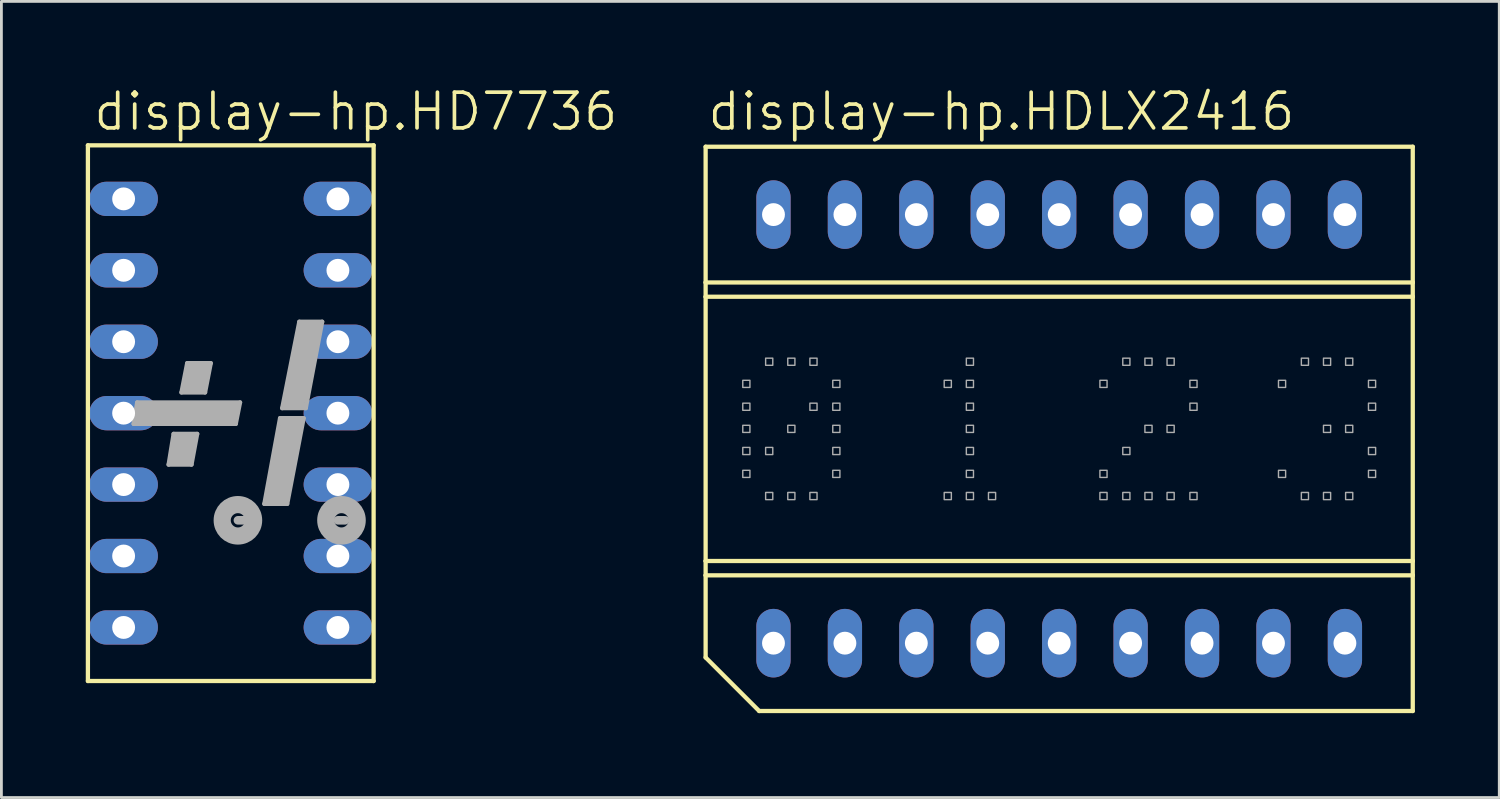
<source format=kicad_pcb>
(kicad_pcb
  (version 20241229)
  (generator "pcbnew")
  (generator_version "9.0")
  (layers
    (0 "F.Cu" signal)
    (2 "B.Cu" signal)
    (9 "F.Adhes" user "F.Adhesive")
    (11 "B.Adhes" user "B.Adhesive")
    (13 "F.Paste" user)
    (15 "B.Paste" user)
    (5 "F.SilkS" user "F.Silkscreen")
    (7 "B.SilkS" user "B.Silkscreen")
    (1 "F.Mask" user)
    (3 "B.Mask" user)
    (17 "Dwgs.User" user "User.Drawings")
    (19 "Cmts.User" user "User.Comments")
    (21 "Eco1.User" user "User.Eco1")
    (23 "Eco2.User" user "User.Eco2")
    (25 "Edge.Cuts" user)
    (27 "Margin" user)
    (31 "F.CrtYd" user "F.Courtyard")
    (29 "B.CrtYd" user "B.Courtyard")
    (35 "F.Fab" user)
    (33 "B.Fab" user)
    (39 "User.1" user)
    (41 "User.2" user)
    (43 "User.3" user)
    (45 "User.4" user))
  (footprint "display-hp.HDLX2416"
    (layer "F.Cu")
    (at 34.615 12.201)
    (property "Reference" "display-hp.HDLX2416" (at -12.573 -10.541 0) (layer "F.SilkS") (effects (font (size 1.27 1.27) (thickness 0.13)) (justify left bottom)))
    (attr through_hole)
    (fp_line (start -12.573 -5.207) (end -12.573 -10.033) (stroke (width 0.152) (type default)) (layer "F.SilkS"))
    (fp_line (start -12.573 -5.207) (end 12.573 -5.207) (stroke (width 0.152) (type default)) (layer "F.SilkS"))
    (fp_line (start -12.573 -4.699) (end -12.573 -5.207) (stroke (width 0.152) (type default)) (layer "F.SilkS"))
    (fp_line (start -12.573 -4.699) (end 12.573 -4.699) (stroke (width 0.152) (type default)) (layer "F.SilkS"))
    (fp_line (start -12.573 4.699) (end -12.573 -4.699) (stroke (width 0.152) (type default)) (layer "F.SilkS"))
    (fp_line (start -12.573 4.699) (end 12.573 4.699) (stroke (width 0.152) (type default)) (layer "F.SilkS"))
    (fp_line (start -12.573 5.207) (end -12.573 4.699) (stroke (width 0.152) (type default)) (layer "F.SilkS"))
    (fp_line (start -12.573 5.207) (end 12.573 5.207) (stroke (width 0.152) (type default)) (layer "F.SilkS"))
    (fp_line (start -12.573 8.128) (end -12.573 5.207) (stroke (width 0.152) (type default)) (layer "F.SilkS"))
    (fp_line (start -12.573 8.128) (end -10.668 10.033) (stroke (width 0.152) (type default)) (layer "F.SilkS"))
    (fp_line (start 12.573 -10.033) (end -12.573 -10.033) (stroke (width 0.152) (type default)) (layer "F.SilkS"))
    (fp_line (start 12.573 -5.207) (end 12.573 -10.033) (stroke (width 0.152) (type default)) (layer "F.SilkS"))
    (fp_line (start 12.573 -4.699) (end 12.573 -5.207) (stroke (width 0.152) (type default)) (layer "F.SilkS"))
    (fp_line (start 12.573 4.699) (end 12.573 -4.699) (stroke (width 0.152) (type default)) (layer "F.SilkS"))
    (fp_line (start 12.573 5.207) (end 12.573 4.699) (stroke (width 0.152) (type default)) (layer "F.SilkS"))
    (fp_line (start 12.573 10.033) (end -10.668 10.033) (stroke (width 0.152) (type default)) (layer "F.SilkS"))
    (fp_line (start 12.573 10.033) (end 12.573 5.207) (stroke (width 0.152) (type default)) (layer "F.SilkS"))
    (fp_rect (start -11.252 -1.473) (end -10.998 -1.727) (stroke (width 0.05) (type default)) (fill no) (layer "F.Fab"))
    (fp_rect (start -11.252 -0.66) (end -10.998 -0.914) (stroke (width 0.05) (type default)) (fill no) (layer "F.Fab"))
    (fp_rect (start -11.252 0.127) (end -10.998 -0.127) (stroke (width 0.05) (type default)) (fill no) (layer "F.Fab"))
    (fp_rect (start -11.252 0.914) (end -10.998 0.66) (stroke (width 0.05) (type default)) (fill no) (layer "F.Fab"))
    (fp_rect (start -11.252 1.727) (end -10.998 1.473) (stroke (width 0.05) (type default)) (fill no) (layer "F.Fab"))
    (fp_rect (start -10.439 -2.261) (end -10.185 -2.515) (stroke (width 0.05) (type default)) (fill no) (layer "F.Fab"))
    (fp_rect (start -10.439 0.914) (end -10.185 0.66) (stroke (width 0.05) (type default)) (fill no) (layer "F.Fab"))
    (fp_rect (start -10.439 2.515) (end -10.185 2.261) (stroke (width 0.05) (type default)) (fill no) (layer "F.Fab"))
    (fp_rect (start -9.652 -2.261) (end -9.398 -2.515) (stroke (width 0.05) (type default)) (fill no) (layer "F.Fab"))
    (fp_rect (start -9.652 0.127) (end -9.398 -0.127) (stroke (width 0.05) (type default)) (fill no) (layer "F.Fab"))
    (fp_rect (start -9.652 2.515) (end -9.398 2.261) (stroke (width 0.05) (type default)) (fill no) (layer "F.Fab"))
    (fp_rect (start -8.865 -2.261) (end -8.611 -2.515) (stroke (width 0.05) (type default)) (fill no) (layer "F.Fab"))
    (fp_rect (start -8.865 -0.66) (end -8.611 -0.914) (stroke (width 0.05) (type default)) (fill no) (layer "F.Fab"))
    (fp_rect (start -8.865 2.515) (end -8.611 2.261) (stroke (width 0.05) (type default)) (fill no) (layer "F.Fab"))
    (fp_rect (start -8.052 -1.473) (end -7.798 -1.727) (stroke (width 0.05) (type default)) (fill no) (layer "F.Fab"))
    (fp_rect (start -8.052 -0.66) (end -7.798 -0.914) (stroke (width 0.05) (type default)) (fill no) (layer "F.Fab"))
    (fp_rect (start -8.052 0.127) (end -7.798 -0.127) (stroke (width 0.05) (type default)) (fill no) (layer "F.Fab"))
    (fp_rect (start -8.052 0.914) (end -7.798 0.66) (stroke (width 0.05) (type default)) (fill no) (layer "F.Fab"))
    (fp_rect (start -8.052 1.727) (end -7.798 1.473) (stroke (width 0.05) (type default)) (fill no) (layer "F.Fab"))
    (fp_rect (start -4.089 -1.473) (end -3.835 -1.727) (stroke (width 0.05) (type default)) (fill no) (layer "F.Fab"))
    (fp_rect (start -4.089 2.515) (end -3.835 2.261) (stroke (width 0.05) (type default)) (fill no) (layer "F.Fab"))
    (fp_rect (start -3.302 -2.261) (end -3.048 -2.515) (stroke (width 0.05) (type default)) (fill no) (layer "F.Fab"))
    (fp_rect (start -3.302 -1.473) (end -3.048 -1.727) (stroke (width 0.05) (type default)) (fill no) (layer "F.Fab"))
    (fp_rect (start -3.302 -0.66) (end -3.048 -0.914) (stroke (width 0.05) (type default)) (fill no) (layer "F.Fab"))
    (fp_rect (start -3.302 0.127) (end -3.048 -0.127) (stroke (width 0.05) (type default)) (fill no) (layer "F.Fab"))
    (fp_rect (start -3.302 0.914) (end -3.048 0.66) (stroke (width 0.05) (type default)) (fill no) (layer "F.Fab"))
    (fp_rect (start -3.302 1.727) (end -3.048 1.473) (stroke (width 0.05) (type default)) (fill no) (layer "F.Fab"))
    (fp_rect (start -3.302 2.515) (end -3.048 2.261) (stroke (width 0.05) (type default)) (fill no) (layer "F.Fab"))
    (fp_rect (start -2.515 2.515) (end -2.261 2.261) (stroke (width 0.05) (type default)) (fill no) (layer "F.Fab"))
    (fp_rect (start 1.448 -1.473) (end 1.702 -1.727) (stroke (width 0.05) (type default)) (fill no) (layer "F.Fab"))
    (fp_rect (start 1.448 1.727) (end 1.702 1.473) (stroke (width 0.05) (type default)) (fill no) (layer "F.Fab"))
    (fp_rect (start 1.448 2.515) (end 1.702 2.261) (stroke (width 0.05) (type default)) (fill no) (layer "F.Fab"))
    (fp_rect (start 2.261 -2.261) (end 2.515 -2.515) (stroke (width 0.05) (type default)) (fill no) (layer "F.Fab"))
    (fp_rect (start 2.261 0.914) (end 2.515 0.66) (stroke (width 0.05) (type default)) (fill no) (layer "F.Fab"))
    (fp_rect (start 2.261 2.515) (end 2.515 2.261) (stroke (width 0.05) (type default)) (fill no) (layer "F.Fab"))
    (fp_rect (start 3.048 -2.261) (end 3.302 -2.515) (stroke (width 0.05) (type default)) (fill no) (layer "F.Fab"))
    (fp_rect (start 3.048 0.127) (end 3.302 -0.127) (stroke (width 0.05) (type default)) (fill no) (layer "F.Fab"))
    (fp_rect (start 3.048 2.515) (end 3.302 2.261) (stroke (width 0.05) (type default)) (fill no) (layer "F.Fab"))
    (fp_rect (start 3.835 -2.261) (end 4.089 -2.515) (stroke (width 0.05) (type default)) (fill no) (layer "F.Fab"))
    (fp_rect (start 3.835 0.127) (end 4.089 -0.127) (stroke (width 0.05) (type default)) (fill no) (layer "F.Fab"))
    (fp_rect (start 3.835 2.515) (end 4.089 2.261) (stroke (width 0.05) (type default)) (fill no) (layer "F.Fab"))
    (fp_rect (start 4.648 -1.473) (end 4.902 -1.727) (stroke (width 0.05) (type default)) (fill no) (layer "F.Fab"))
    (fp_rect (start 4.648 -0.66) (end 4.902 -0.914) (stroke (width 0.05) (type default)) (fill no) (layer "F.Fab"))
    (fp_rect (start 4.648 2.515) (end 4.902 2.261) (stroke (width 0.05) (type default)) (fill no) (layer "F.Fab"))
    (fp_rect (start 7.798 -1.473) (end 8.052 -1.727) (stroke (width 0.05) (type default)) (fill no) (layer "F.Fab"))
    (fp_rect (start 7.798 1.727) (end 8.052 1.473) (stroke (width 0.05) (type default)) (fill no) (layer "F.Fab"))
    (fp_rect (start 8.611 -2.261) (end 8.865 -2.515) (stroke (width 0.05) (type default)) (fill no) (layer "F.Fab"))
    (fp_rect (start 8.611 2.515) (end 8.865 2.261) (stroke (width 0.05) (type default)) (fill no) (layer "F.Fab"))
    (fp_rect (start 9.398 -2.261) (end 9.652 -2.515) (stroke (width 0.05) (type default)) (fill no) (layer "F.Fab"))
    (fp_rect (start 9.398 0.127) (end 9.652 -0.127) (stroke (width 0.05) (type default)) (fill no) (layer "F.Fab"))
    (fp_rect (start 9.398 2.515) (end 9.652 2.261) (stroke (width 0.05) (type default)) (fill no) (layer "F.Fab"))
    (fp_rect (start 10.185 -2.261) (end 10.439 -2.515) (stroke (width 0.05) (type default)) (fill no) (layer "F.Fab"))
    (fp_rect (start 10.185 0.127) (end 10.439 -0.127) (stroke (width 0.05) (type default)) (fill no) (layer "F.Fab"))
    (fp_rect (start 10.185 2.515) (end 10.439 2.261) (stroke (width 0.05) (type default)) (fill no) (layer "F.Fab"))
    (fp_rect (start 10.998 -1.473) (end 11.252 -1.727) (stroke (width 0.05) (type default)) (fill no) (layer "F.Fab"))
    (fp_rect (start 10.998 -0.66) (end 11.252 -0.914) (stroke (width 0.05) (type default)) (fill no) (layer "F.Fab"))
    (fp_rect (start 10.998 0.914) (end 11.252 0.66) (stroke (width 0.05) (type default)) (fill no) (layer "F.Fab"))
    (fp_rect (start 10.998 1.727) (end 11.252 1.473) (stroke (width 0.05) (type default)) (fill no) (layer "F.Fab"))
    (pad "1" thru_hole oval (at -10.16 7.62 90) (size 2.438 1.219) (drill 0.813) (layers "*.Cu" "*.Mask"))
    (pad "2" thru_hole oval (at -7.62 7.62 90) (size 2.438 1.219) (drill 0.813) (layers "*.Cu" "*.Mask"))
    (pad "3" thru_hole oval (at -5.08 7.62 90) (size 2.438 1.219) (drill 0.813) (layers "*.Cu" "*.Mask"))
    (pad "4" thru_hole oval (at -2.54 7.62 90) (size 2.438 1.219) (drill 0.813) (layers "*.Cu" "*.Mask"))
    (pad "5" thru_hole oval (at 0 7.62 90) (size 2.438 1.219) (drill 0.813) (layers "*.Cu" "*.Mask"))
    (pad "6" thru_hole oval (at 2.54 7.62 90) (size 2.438 1.219) (drill 0.813) (layers "*.Cu" "*.Mask"))
    (pad "7" thru_hole oval (at 5.08 7.62 90) (size 2.438 1.219) (drill 0.813) (layers "*.Cu" "*.Mask"))
    (pad "8" thru_hole oval (at 7.62 7.62 90) (size 2.438 1.219) (drill 0.813) (layers "*.Cu" "*.Mask"))
    (pad "9" thru_hole oval (at 10.16 7.62 90) (size 2.438 1.219) (drill 0.813) (layers "*.Cu" "*.Mask"))
    (pad "10" thru_hole oval (at 10.16 -7.62 90) (size 2.438 1.219) (drill 0.813) (layers "*.Cu" "*.Mask"))
    (pad "11" thru_hole oval (at 7.62 -7.62 90) (size 2.438 1.219) (drill 0.813) (layers "*.Cu" "*.Mask"))
    (pad "12" thru_hole oval (at 5.08 -7.62 90) (size 2.438 1.219) (drill 0.813) (layers "*.Cu" "*.Mask"))
    (pad "13" thru_hole oval (at 2.54 -7.62 90) (size 2.438 1.219) (drill 0.813) (layers "*.Cu" "*.Mask"))
    (pad "14" thru_hole oval (at 0 -7.62 90) (size 2.438 1.219) (drill 0.813) (layers "*.Cu" "*.Mask"))
    (pad "15" thru_hole oval (at -2.54 -7.62 90) (size 2.438 1.219) (drill 0.813) (layers "*.Cu" "*.Mask"))
    (pad "16" thru_hole oval (at -5.08 -7.62 90) (size 2.438 1.219) (drill 0.813) (layers "*.Cu" "*.Mask"))
    (pad "17" thru_hole oval (at -7.62 -7.62 90) (size 2.438 1.219) (drill 0.813) (layers "*.Cu" "*.Mask"))
    (pad "18" thru_hole oval (at -10.16 -7.62 90) (size 2.438 1.219) (drill 0.813) (layers "*.Cu" "*.Mask")))
  (footprint "display-hp.HD7736"
    (layer "F.Cu")
    (at 5.156 11.642)
    (property "Reference" "display-hp.HD7736" (at -4.953 -9.982 0) (layer "F.SilkS") (effects (font (size 1.27 1.27) (thickness 0.13)) (justify left bottom)))
    (attr through_hole)
    (fp_line (start -5.08 -9.525) (end 5.08 -9.525) (stroke (width 0.152) (type default)) (layer "F.SilkS"))
    (fp_line (start -5.08 9.525) (end -5.08 -9.525) (stroke (width 0.152) (type default)) (layer "F.SilkS"))
    (fp_line (start 5.08 -9.525) (end 5.08 9.525) (stroke (width 0.152) (type default)) (layer "F.SilkS"))
    (fp_line (start 5.08 9.525) (end -5.08 9.525) (stroke (width 0.152) (type default)) (layer "F.SilkS"))
    (fp_line (start -3.327 -0.381) (end -3.454 0.381) (stroke (width 0.152) (type default)) (layer "F.Fab"))
    (fp_line (start -3.302 0.279) (end -3.15 0.279) (stroke (width 0.254) (type default)) (layer "F.Fab"))
    (fp_line (start -3.2 -0.254) (end -3.302 0.279) (stroke (width 0.254) (type default)) (layer "F.Fab"))
    (fp_line (start -2.21 1.829) (end -2.032 0.737) (stroke (width 0.152) (type default)) (layer "F.Fab"))
    (fp_line (start -2.083 1.727) (end -2.032 1.549) (stroke (width 0.254) (type default)) (layer "F.Fab"))
    (fp_line (start -2.032 0.737) (end -1.194 0.737) (stroke (width 0.152) (type default)) (layer "F.Fab"))
    (fp_line (start -1.956 0.889) (end -1.346 0.889) (stroke (width 0.254) (type default)) (layer "F.Fab"))
    (fp_line (start -1.753 -0.737) (end -1.549 -1.778) (stroke (width 0.152) (type default)) (layer "F.Fab"))
    (fp_line (start -1.753 -0.737) (end -0.914 -0.737) (stroke (width 0.152) (type default)) (layer "F.Fab"))
    (fp_line (start -1.727 1.422) (end -1.702 1.219) (stroke (width 0.813) (type default)) (layer "F.Fab"))
    (fp_line (start -1.626 -0.838) (end -1.575 -1.092) (stroke (width 0.254) (type default)) (layer "F.Fab"))
    (fp_line (start -1.549 -1.778) (end -0.711 -1.778) (stroke (width 0.152) (type default)) (layer "F.Fab"))
    (fp_line (start -1.499 1.727) (end -2.083 1.727) (stroke (width 0.254) (type default)) (layer "F.Fab"))
    (fp_line (start -1.473 -1.651) (end -0.864 -1.651) (stroke (width 0.254) (type default)) (layer "F.Fab"))
    (fp_line (start -1.473 1.6) (end -1.499 1.727) (stroke (width 0.254) (type default)) (layer "F.Fab"))
    (fp_line (start -1.397 1.829) (end -2.21 1.829) (stroke (width 0.152) (type default)) (layer "F.Fab"))
    (fp_line (start -1.397 1.829) (end -1.194 0.737) (stroke (width 0.152) (type default)) (layer "F.Fab"))
    (fp_line (start -1.346 0.889) (end -1.372 1.016) (stroke (width 0.254) (type default)) (layer "F.Fab"))
    (fp_line (start -1.27 -1.168) (end -1.194 -1.372) (stroke (width 0.813) (type default)) (layer "F.Fab"))
    (fp_line (start -0.991 -0.838) (end -1.626 -0.838) (stroke (width 0.254) (type default)) (layer "F.Fab"))
    (fp_line (start -0.914 -0.737) (end -0.711 -1.778) (stroke (width 0.152) (type default)) (layer "F.Fab"))
    (fp_line (start -0.864 -1.651) (end -0.889 -1.549) (stroke (width 0.254) (type default)) (layer "F.Fab"))
    (fp_line (start -0.584 -0.254) (end 0.178 -0.254) (stroke (width 0.254) (type default)) (layer "F.Fab"))
    (fp_line (start -0.279 0) (end -2.972 0) (stroke (width 0.813) (type default)) (layer "F.Fab"))
    (fp_line (start 0.178 -0.254) (end 0.076 0.279) (stroke (width 0.254) (type default)) (layer "F.Fab"))
    (fp_line (start 0.178 0.381) (end -3.454 0.381) (stroke (width 0.152) (type default)) (layer "F.Fab"))
    (fp_line (start 0.254 3.81) (end 0.508 3.81) (stroke (width 0.305) (type default)) (layer "F.Fab"))
    (fp_line (start 0.33 -0.381) (end -3.327 -0.381) (stroke (width 0.152) (type default)) (layer "F.Fab"))
    (fp_line (start 0.33 -0.381) (end 0.178 0.381) (stroke (width 0.152) (type default)) (layer "F.Fab"))
    (fp_line (start 1.194 3.226) (end 1.753 0.178) (stroke (width 0.152) (type default)) (layer "F.Fab"))
    (fp_line (start 1.346 3.099) (end 1.397 2.896) (stroke (width 0.254) (type default)) (layer "F.Fab"))
    (fp_line (start 1.753 0.178) (end 2.591 0.178) (stroke (width 0.152) (type default)) (layer "F.Fab"))
    (fp_line (start 1.829 -0.178) (end 2.438 -3.251) (stroke (width 0.152) (type default)) (layer "F.Fab"))
    (fp_line (start 1.829 -0.178) (end 2.667 -0.178) (stroke (width 0.152) (type default)) (layer "F.Fab"))
    (fp_line (start 1.829 0.33) (end 2.464 0.33) (stroke (width 0.254) (type default)) (layer "F.Fab"))
    (fp_line (start 1.905 3.099) (end 1.346 3.099) (stroke (width 0.254) (type default)) (layer "F.Fab"))
    (fp_line (start 1.981 -0.305) (end 2.032 -0.508) (stroke (width 0.254) (type default)) (layer "F.Fab"))
    (fp_line (start 2.007 3.226) (end 1.194 3.226) (stroke (width 0.152) (type default)) (layer "F.Fab"))
    (fp_line (start 2.108 0.635) (end 1.676 2.794) (stroke (width 0.813) (type default)) (layer "F.Fab"))
    (fp_line (start 2.438 -3.251) (end 3.251 -3.251) (stroke (width 0.152) (type default)) (layer "F.Fab"))
    (fp_line (start 2.464 0.33) (end 2.413 0.584) (stroke (width 0.254) (type default)) (layer "F.Fab"))
    (fp_line (start 2.515 -3.124) (end 3.124 -3.124) (stroke (width 0.254) (type default)) (layer "F.Fab"))
    (fp_line (start 2.54 -0.305) (end 1.981 -0.305) (stroke (width 0.254) (type default)) (layer "F.Fab"))
    (fp_line (start 2.591 0.178) (end 2.007 3.226) (stroke (width 0.152) (type default)) (layer "F.Fab"))
    (fp_line (start 2.769 -2.845) (end 2.337 -0.66) (stroke (width 0.813) (type default)) (layer "F.Fab"))
    (fp_line (start 3.124 -3.124) (end 3.099 -2.972) (stroke (width 0.254) (type default)) (layer "F.Fab"))
    (fp_line (start 3.251 -3.251) (end 2.667 -0.178) (stroke (width 0.152) (type default)) (layer "F.Fab"))
    (fp_line (start 3.81 3.81) (end 4.064 3.81) (stroke (width 0.305) (type default)) (layer "F.Fab"))
    (fp_circle (center 0.254 3.81) (end 0.508 3.81) (stroke (width 0.61) (type default)) (fill no) (layer "F.Fab"))
    (fp_circle (center 3.937 3.81) (end 4.191 3.81) (stroke (width 0.61) (type default)) (fill no) (layer "F.Fab"))
    (pad "1" thru_hole oval (at -3.81 -7.62) (size 2.438 1.219) (drill 0.813) (layers "*.Cu" "*.Mask"))
    (pad "2" thru_hole oval (at -3.81 -5.08) (size 2.438 1.219) (drill 0.813) (layers "*.Cu" "*.Mask"))
    (pad "3" thru_hole oval (at -3.81 -2.54) (size 2.438 1.219) (drill 0.813) (layers "*.Cu" "*.Mask"))
    (pad "4" thru_hole oval (at -3.81 0) (size 2.438 1.219) (drill 0.813) (layers "*.Cu" "*.Mask"))
    (pad "5" thru_hole oval (at -3.81 2.54) (size 2.438 1.219) (drill 0.813) (layers "*.Cu" "*.Mask"))
    (pad "6" thru_hole oval (at -3.81 5.08) (size 2.438 1.219) (drill 0.813) (layers "*.Cu" "*.Mask"))
    (pad "7" thru_hole oval (at -3.81 7.62) (size 2.438 1.219) (drill 0.813) (layers "*.Cu" "*.Mask"))
    (pad "8" thru_hole oval (at 3.81 7.62) (size 2.438 1.219) (drill 0.813) (layers "*.Cu" "*.Mask"))
    (pad "9" thru_hole oval (at 3.81 5.08) (size 2.438 1.219) (drill 0.813) (layers "*.Cu" "*.Mask"))
    (pad "10" thru_hole oval (at 3.81 2.54) (size 2.438 1.219) (drill 0.813) (layers "*.Cu" "*.Mask"))
    (pad "11" thru_hole oval (at 3.81 0) (size 2.438 1.219) (drill 0.813) (layers "*.Cu" "*.Mask"))
    (pad "12" thru_hole oval (at 3.81 -2.54) (size 2.438 1.219) (drill 0.813) (layers "*.Cu" "*.Mask"))
    (pad "13" thru_hole oval (at 3.81 -5.08) (size 2.438 1.219) (drill 0.813) (layers "*.Cu" "*.Mask"))
    (pad "14" thru_hole oval (at 3.81 -7.62) (size 2.438 1.219) (drill 0.813) (layers "*.Cu" "*.Mask")))
  (gr_rect
    (start -3 -3)
    (end 50.264 25.31)
    (stroke (width 0.1) (type default))
    (fill no)
    (layer "Edge.Cuts")))
</source>
